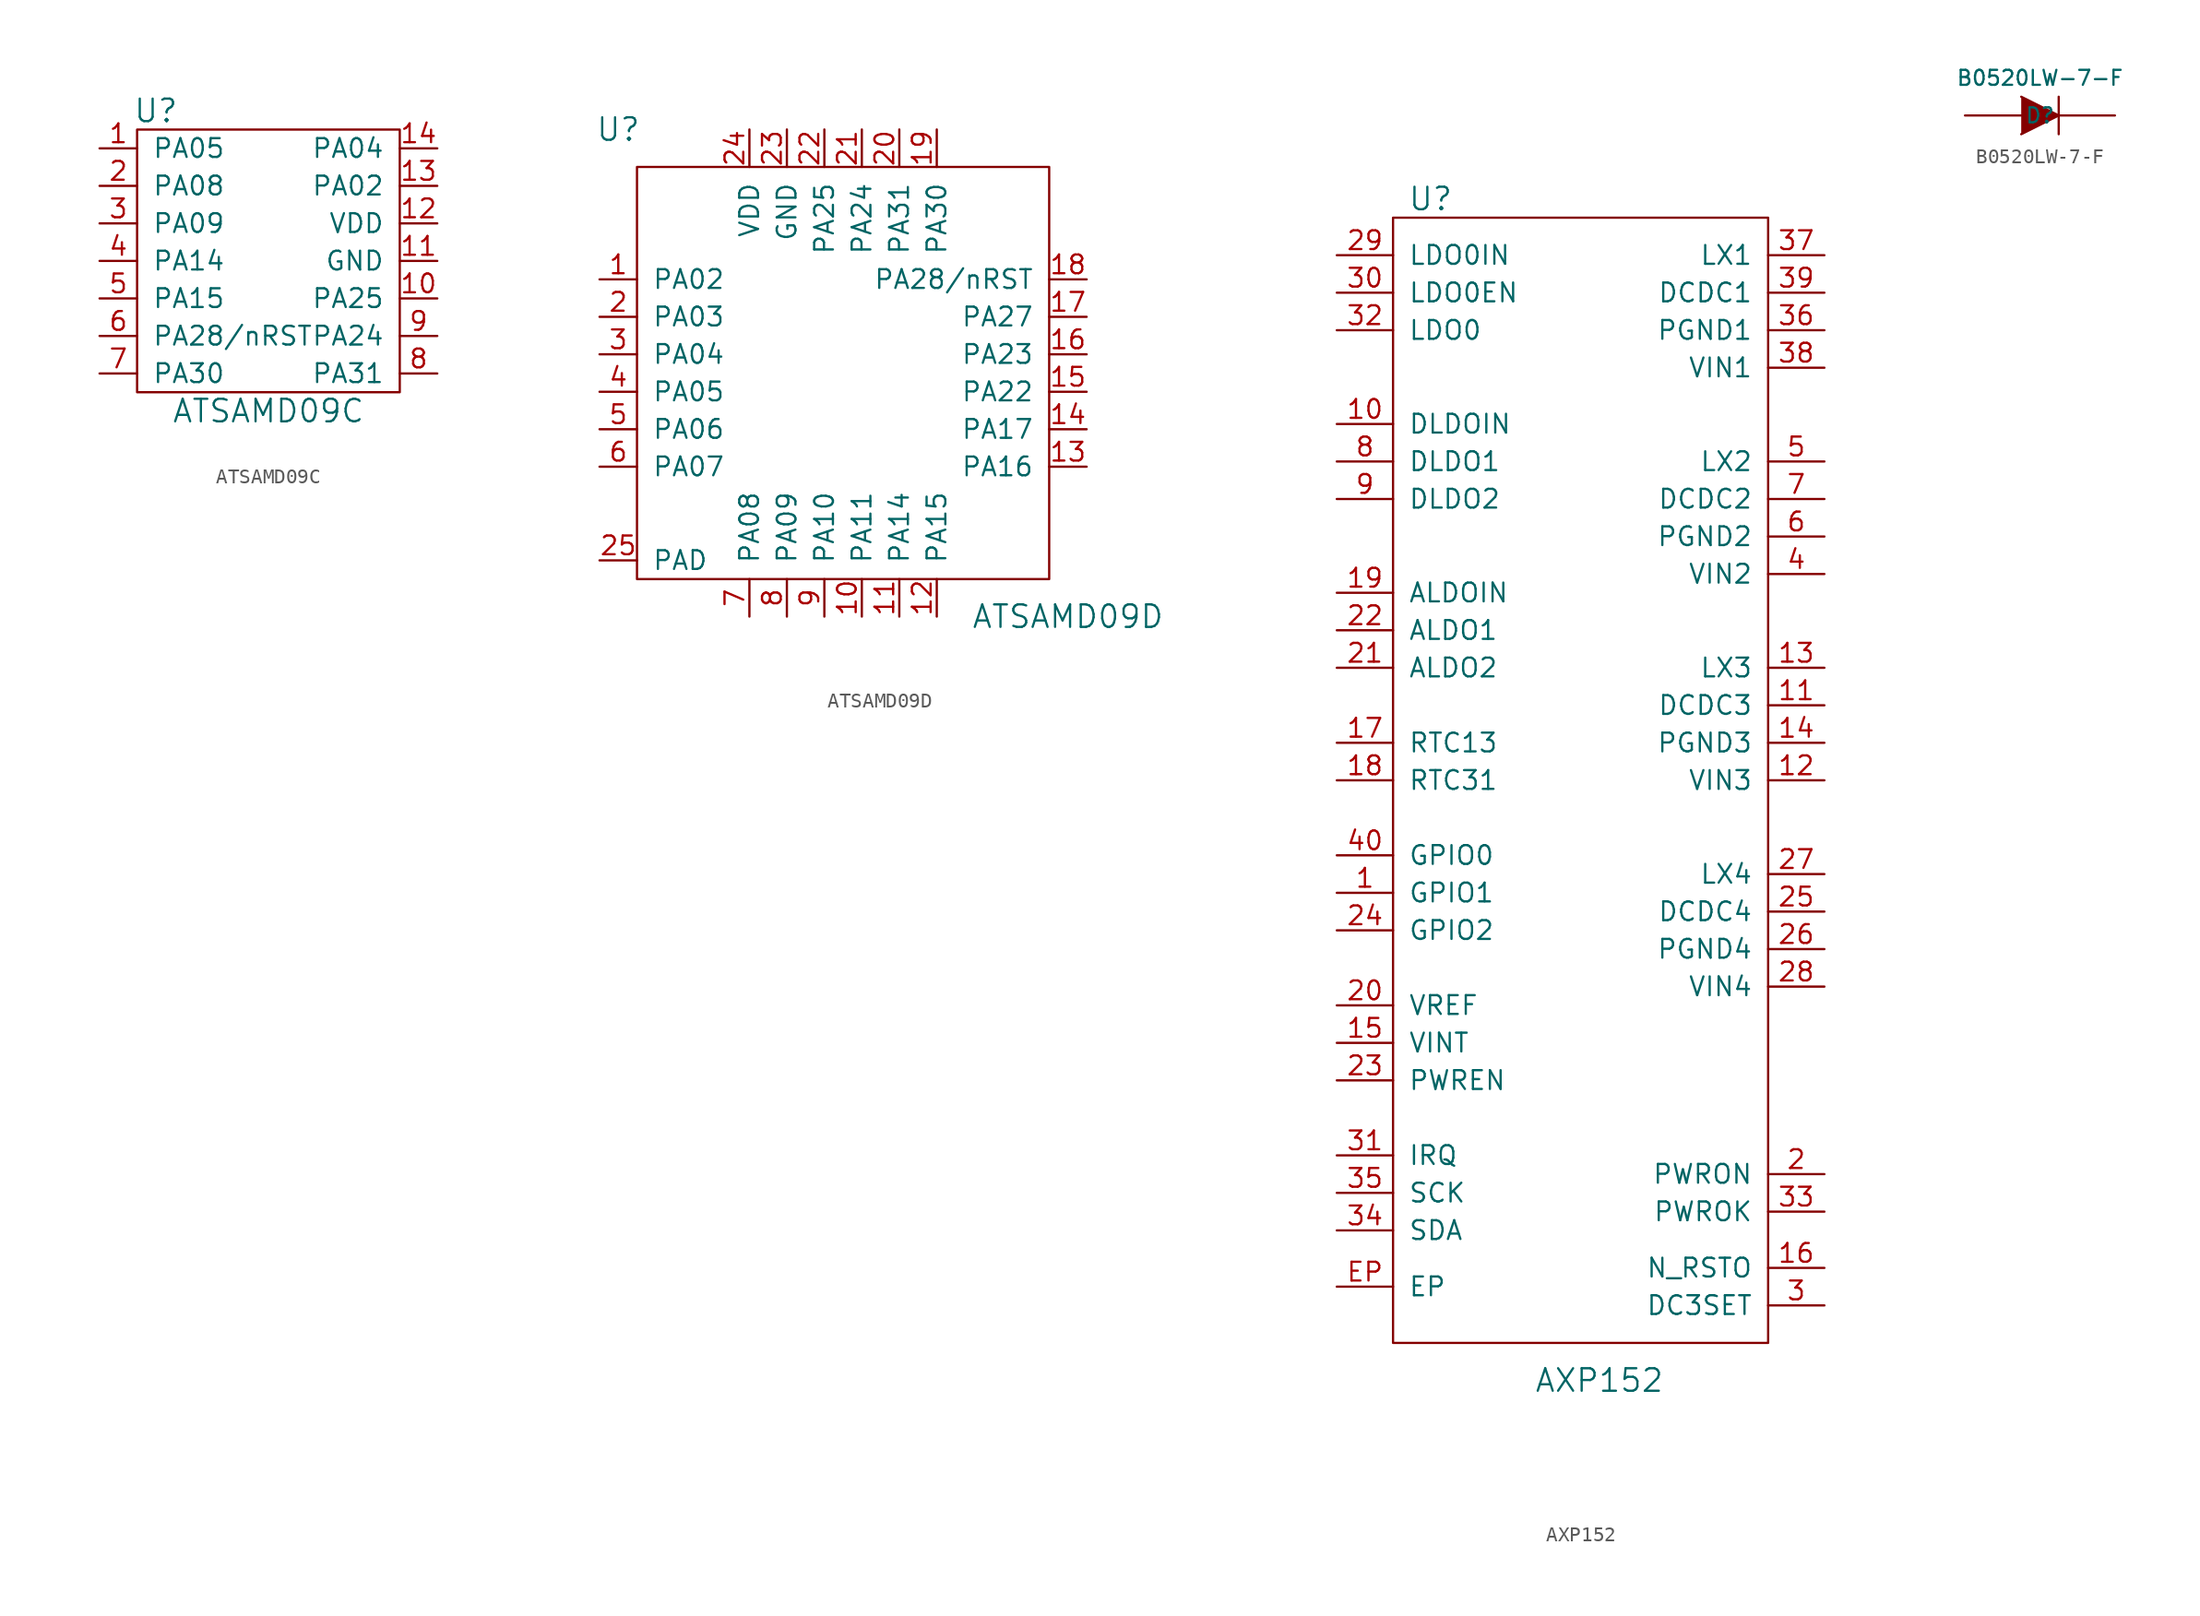
<source format=kicad_sym>
(kicad_symbol_lib
  (version 20210619)
  (generator kicad_symbol_editor)
  (symbol "tinkerforge:ATSAMD09C"
    (pin_names
      (offset 1.016))
    (property "Reference" "U"
      (at -7.62 8.89 0)
      (effects (font (size 1.524 1.524))))
    (property "Value" "ATSAMD09C"
      (at 0 -11.43 0)
      (effects (font (size 1.524 1.524))))
    (property "Footprint" ""
      (at 2.54 0 0)
      (effects (font (size 1.524 1.524))))
    (property "Datasheet" ""
      (at 2.54 0 0)
      (effects (font (size 1.524 1.524))))
    (symbol "ATSAMD09C_0_1"
      (rectangle (start -8.89 7.62) (end 8.89 -10.16) (stroke (width 0)) (fill (type none))))
    (symbol "ATSAMD09C_1_1"
      (pin passive line (at -11.43 6.35 0) (length 2.54) (name "PA05" (effects (font (size 1.27 1.27)))) (number "1" (effects (font (size 1.27 1.27)))))
      (pin passive line (at 11.43 -3.81 180) (length 2.54) (name "PA25" (effects (font (size 1.27 1.27)))) (number "10" (effects (font (size 1.27 1.27)))))
      (pin passive line (at 11.43 -1.27 180) (length 2.54) (name "GND" (effects (font (size 1.27 1.27)))) (number "11" (effects (font (size 1.27 1.27)))))
      (pin passive line (at 11.43 1.27 180) (length 2.54) (name "VDD" (effects (font (size 1.27 1.27)))) (number "12" (effects (font (size 1.27 1.27)))))
      (pin passive line (at 11.43 3.81 180) (length 2.54) (name "PA02" (effects (font (size 1.27 1.27)))) (number "13" (effects (font (size 1.27 1.27)))))
      (pin passive line (at 11.43 6.35 180) (length 2.54) (name "PA04" (effects (font (size 1.27 1.27)))) (number "14" (effects (font (size 1.27 1.27)))))
      (pin passive line (at -11.43 3.81 0) (length 2.54) (name "PA08" (effects (font (size 1.27 1.27)))) (number "2" (effects (font (size 1.27 1.27)))))
      (pin passive line (at -11.43 1.27 0) (length 2.54) (name "PA09" (effects (font (size 1.27 1.27)))) (number "3" (effects (font (size 1.27 1.27)))))
      (pin passive line (at -11.43 -1.27 0) (length 2.54) (name "PA14" (effects (font (size 1.27 1.27)))) (number "4" (effects (font (size 1.27 1.27)))))
      (pin passive line (at -11.43 -3.81 0) (length 2.54) (name "PA15" (effects (font (size 1.27 1.27)))) (number "5" (effects (font (size 1.27 1.27)))))
      (pin passive line (at -11.43 -6.35 0) (length 2.54) (name "PA28/nRST" (effects (font (size 1.27 1.27)))) (number "6" (effects (font (size 1.27 1.27)))))
      (pin passive line (at -11.43 -8.89 0) (length 2.54) (name "PA30" (effects (font (size 1.27 1.27)))) (number "7" (effects (font (size 1.27 1.27)))))
      (pin passive line (at 11.43 -8.89 180) (length 2.54) (name "PA31" (effects (font (size 1.27 1.27)))) (number "8" (effects (font (size 1.27 1.27)))))
      (pin passive line (at 11.43 -6.35 180) (length 2.54) (name "PA24" (effects (font (size 1.27 1.27)))) (number "9" (effects (font (size 1.27 1.27)))))))
  (symbol "tinkerforge:ATSAMD09D"
    (pin_names
      (offset 1.016))
    (property "Reference" "U"
      (at -15.24 16.51 0)
      (effects (font (size 1.524 1.524))))
    (property "Value" "ATSAMD09D"
      (at 15.24 -16.51 0)
      (effects (font (size 1.524 1.524))))
    (property "Footprint" ""
      (at -2.54 0 0)
      (effects (font (size 1.524 1.524))))
    (property "Datasheet" ""
      (at -2.54 0 0)
      (effects (font (size 1.524 1.524))))
    (symbol "ATSAMD09D_0_1"
      (rectangle (start -13.97 13.97) (end 13.97 -13.97) (stroke (width 0)) (fill (type none))))
    (symbol "ATSAMD09D_1_1"
      (pin passive line (at -16.51 6.35 0) (length 2.54) (name "PA02" (effects (font (size 1.27 1.27)))) (number "1" (effects (font (size 1.27 1.27)))))
      (pin passive line (at 1.27 -16.51 90) (length 2.54) (name "PA11" (effects (font (size 1.27 1.27)))) (number "10" (effects (font (size 1.27 1.27)))))
      (pin passive line (at 3.81 -16.51 90) (length 2.54) (name "PA14" (effects (font (size 1.27 1.27)))) (number "11" (effects (font (size 1.27 1.27)))))
      (pin passive line (at 6.35 -16.51 90) (length 2.54) (name "PA15" (effects (font (size 1.27 1.27)))) (number "12" (effects (font (size 1.27 1.27)))))
      (pin passive line (at 16.51 -6.35 180) (length 2.54) (name "PA16" (effects (font (size 1.27 1.27)))) (number "13" (effects (font (size 1.27 1.27)))))
      (pin passive line (at 16.51 -3.81 180) (length 2.54) (name "PA17" (effects (font (size 1.27 1.27)))) (number "14" (effects (font (size 1.27 1.27)))))
      (pin passive line (at 16.51 -1.27 180) (length 2.54) (name "PA22" (effects (font (size 1.27 1.27)))) (number "15" (effects (font (size 1.27 1.27)))))
      (pin passive line (at 16.51 1.27 180) (length 2.54) (name "PA23" (effects (font (size 1.27 1.27)))) (number "16" (effects (font (size 1.27 1.27)))))
      (pin passive line (at 16.51 3.81 180) (length 2.54) (name "PA27" (effects (font (size 1.27 1.27)))) (number "17" (effects (font (size 1.27 1.27)))))
      (pin passive line (at 16.51 6.35 180) (length 2.54) (name "PA28/nRST" (effects (font (size 1.27 1.27)))) (number "18" (effects (font (size 1.27 1.27)))))
      (pin passive line (at 6.35 16.51 270) (length 2.54) (name "PA30" (effects (font (size 1.27 1.27)))) (number "19" (effects (font (size 1.27 1.27)))))
      (pin passive line (at -16.51 3.81 0) (length 2.54) (name "PA03" (effects (font (size 1.27 1.27)))) (number "2" (effects (font (size 1.27 1.27)))))
      (pin passive line (at 3.81 16.51 270) (length 2.54) (name "PA31" (effects (font (size 1.27 1.27)))) (number "20" (effects (font (size 1.27 1.27)))))
      (pin passive line (at 1.27 16.51 270) (length 2.54) (name "PA24" (effects (font (size 1.27 1.27)))) (number "21" (effects (font (size 1.27 1.27)))))
      (pin passive line (at -1.27 16.51 270) (length 2.54) (name "PA25" (effects (font (size 1.27 1.27)))) (number "22" (effects (font (size 1.27 1.27)))))
      (pin passive line (at -3.81 16.51 270) (length 2.54) (name "GND" (effects (font (size 1.27 1.27)))) (number "23" (effects (font (size 1.27 1.27)))))
      (pin passive line (at -6.35 16.51 270) (length 2.54) (name "VDD" (effects (font (size 1.27 1.27)))) (number "24" (effects (font (size 1.27 1.27)))))
      (pin passive line (at -16.51 -12.7 0) (length 2.54) (name "PAD" (effects (font (size 1.27 1.27)))) (number "25" (effects (font (size 1.27 1.27)))))
      (pin passive line (at -16.51 1.27 0) (length 2.54) (name "PA04" (effects (font (size 1.27 1.27)))) (number "3" (effects (font (size 1.27 1.27)))))
      (pin passive line (at -16.51 -1.27 0) (length 2.54) (name "PA05" (effects (font (size 1.27 1.27)))) (number "4" (effects (font (size 1.27 1.27)))))
      (pin passive line (at -16.51 -3.81 0) (length 2.54) (name "PA06" (effects (font (size 1.27 1.27)))) (number "5" (effects (font (size 1.27 1.27)))))
      (pin passive line (at -16.51 -6.35 0) (length 2.54) (name "PA07" (effects (font (size 1.27 1.27)))) (number "6" (effects (font (size 1.27 1.27)))))
      (pin passive line (at -6.35 -16.51 90) (length 2.54) (name "PA08" (effects (font (size 1.27 1.27)))) (number "7" (effects (font (size 1.27 1.27)))))
      (pin passive line (at -3.81 -16.51 90) (length 2.54) (name "PA09" (effects (font (size 1.27 1.27)))) (number "8" (effects (font (size 1.27 1.27)))))
      (pin passive line (at -1.27 -16.51 90) (length 2.54) (name "PA10" (effects (font (size 1.27 1.27)))) (number "9" (effects (font (size 1.27 1.27)))))))
  (symbol "tinkerforge:AXP152"
    (pin_names
      (offset 1.016))
    (property "Reference" "U"
      (at -10.16 39.37 0)
      (effects (font (size 1.524 1.524))))
    (property "Value" "AXP152"
      (at 1.27 -40.64 0)
      (effects (font (size 1.524 1.524))))
    (property "Footprint" ""
      (at 1.27 25.4 0)
      (effects (font (size 1.524 1.524))))
    (property "Datasheet" ""
      (at 1.27 25.4 0)
      (effects (font (size 1.524 1.524))))
    (symbol "AXP152_0_1"
      (rectangle (start -12.7 38.1) (end 12.7 -38.1) (stroke (width 0)) (fill (type none))))
    (symbol "AXP152_1_1"
      (pin passive line (at -16.51 -7.62 0) (length 3.81) (name "GPIO1" (effects (font (size 1.27 1.27)))) (number "1" (effects (font (size 1.27 1.27)))))
      (pin passive line (at -16.51 24.13 0) (length 3.81) (name "DLDOIN" (effects (font (size 1.27 1.27)))) (number "10" (effects (font (size 1.27 1.27)))))
      (pin power_out line (at 16.51 5.08 180) (length 3.81) (name "DCDC3" (effects (font (size 1.27 1.27)))) (number "11" (effects (font (size 1.27 1.27)))))
      (pin passive line (at 16.51 0 180) (length 3.81) (name "VIN3" (effects (font (size 1.27 1.27)))) (number "12" (effects (font (size 1.27 1.27)))))
      (pin passive line (at 16.51 7.62 180) (length 3.81) (name "LX3" (effects (font (size 1.27 1.27)))) (number "13" (effects (font (size 1.27 1.27)))))
      (pin passive line (at 16.51 2.54 180) (length 3.81) (name "PGND3" (effects (font (size 1.27 1.27)))) (number "14" (effects (font (size 1.27 1.27)))))
      (pin passive line (at -16.51 -17.78 0) (length 3.81) (name "VINT" (effects (font (size 1.27 1.27)))) (number "15" (effects (font (size 1.27 1.27)))))
      (pin passive line (at 16.51 -33.02 180) (length 3.81) (name "N_RSTO" (effects (font (size 1.27 1.27)))) (number "16" (effects (font (size 1.27 1.27)))))
      (pin passive line (at -16.51 2.54 0) (length 3.81) (name "RTC13" (effects (font (size 1.27 1.27)))) (number "17" (effects (font (size 1.27 1.27)))))
      (pin passive line (at -16.51 0 0) (length 3.81) (name "RTC31" (effects (font (size 1.27 1.27)))) (number "18" (effects (font (size 1.27 1.27)))))
      (pin passive line (at -16.51 12.7 0) (length 3.81) (name "ALDOIN" (effects (font (size 1.27 1.27)))) (number "19" (effects (font (size 1.27 1.27)))))
      (pin passive line (at 16.51 -26.67 180) (length 3.81) (name "PWRON" (effects (font (size 1.27 1.27)))) (number "2" (effects (font (size 1.27 1.27)))))
      (pin passive line (at -16.51 -15.24 0) (length 3.81) (name "VREF" (effects (font (size 1.27 1.27)))) (number "20" (effects (font (size 1.27 1.27)))))
      (pin power_out line (at -16.51 7.62 0) (length 3.81) (name "ALDO2" (effects (font (size 1.27 1.27)))) (number "21" (effects (font (size 1.27 1.27)))))
      (pin power_out line (at -16.51 10.16 0) (length 3.81) (name "ALDO1" (effects (font (size 1.27 1.27)))) (number "22" (effects (font (size 1.27 1.27)))))
      (pin passive line (at -16.51 -20.32 0) (length 3.81) (name "PWREN" (effects (font (size 1.27 1.27)))) (number "23" (effects (font (size 1.27 1.27)))))
      (pin passive line (at -16.51 -10.16 0) (length 3.81) (name "GPIO2" (effects (font (size 1.27 1.27)))) (number "24" (effects (font (size 1.27 1.27)))))
      (pin power_out line (at 16.51 -8.89 180) (length 3.81) (name "DCDC4" (effects (font (size 1.27 1.27)))) (number "25" (effects (font (size 1.27 1.27)))))
      (pin passive line (at 16.51 -11.43 180) (length 3.81) (name "PGND4" (effects (font (size 1.27 1.27)))) (number "26" (effects (font (size 1.27 1.27)))))
      (pin passive line (at 16.51 -6.35 180) (length 3.81) (name "LX4" (effects (font (size 1.27 1.27)))) (number "27" (effects (font (size 1.27 1.27)))))
      (pin passive line (at 16.51 -13.97 180) (length 3.81) (name "VIN4" (effects (font (size 1.27 1.27)))) (number "28" (effects (font (size 1.27 1.27)))))
      (pin passive line (at -16.51 35.56 0) (length 3.81) (name "LDO0IN" (effects (font (size 1.27 1.27)))) (number "29" (effects (font (size 1.27 1.27)))))
      (pin passive line (at 16.51 -35.56 180) (length 3.81) (name "DC3SET" (effects (font (size 1.27 1.27)))) (number "3" (effects (font (size 1.27 1.27)))))
      (pin passive line (at -16.51 33.02 0) (length 3.81) (name "LDO0EN" (effects (font (size 1.27 1.27)))) (number "30" (effects (font (size 1.27 1.27)))))
      (pin passive line (at -16.51 -25.4 0) (length 3.81) (name "IRQ" (effects (font (size 1.27 1.27)))) (number "31" (effects (font (size 1.27 1.27)))))
      (pin power_out line (at -16.51 30.48 0) (length 3.81) (name "LDO0" (effects (font (size 1.27 1.27)))) (number "32" (effects (font (size 1.27 1.27)))))
      (pin passive line (at 16.51 -29.21 180) (length 3.81) (name "PWROK" (effects (font (size 1.27 1.27)))) (number "33" (effects (font (size 1.27 1.27)))))
      (pin passive line (at -16.51 -30.48 0) (length 3.81) (name "SDA" (effects (font (size 1.27 1.27)))) (number "34" (effects (font (size 1.27 1.27)))))
      (pin passive line (at -16.51 -27.94 0) (length 3.81) (name "SCK" (effects (font (size 1.27 1.27)))) (number "35" (effects (font (size 1.27 1.27)))))
      (pin passive line (at 16.51 30.48 180) (length 3.81) (name "PGND1" (effects (font (size 1.27 1.27)))) (number "36" (effects (font (size 1.27 1.27)))))
      (pin passive line (at 16.51 35.56 180) (length 3.81) (name "LX1" (effects (font (size 1.27 1.27)))) (number "37" (effects (font (size 1.27 1.27)))))
      (pin passive line (at 16.51 27.94 180) (length 3.81) (name "VIN1" (effects (font (size 1.27 1.27)))) (number "38" (effects (font (size 1.27 1.27)))))
      (pin power_out line (at 16.51 33.02 180) (length 3.81) (name "DCDC1" (effects (font (size 1.27 1.27)))) (number "39" (effects (font (size 1.27 1.27)))))
      (pin passive line (at 16.51 13.97 180) (length 3.81) (name "VIN2" (effects (font (size 1.27 1.27)))) (number "4" (effects (font (size 1.27 1.27)))))
      (pin passive line (at -16.51 -5.08 0) (length 3.81) (name "GPIO0" (effects (font (size 1.27 1.27)))) (number "40" (effects (font (size 1.27 1.27)))))
      (pin passive line (at 16.51 21.59 180) (length 3.81) (name "LX2" (effects (font (size 1.27 1.27)))) (number "5" (effects (font (size 1.27 1.27)))))
      (pin passive line (at 16.51 16.51 180) (length 3.81) (name "PGND2" (effects (font (size 1.27 1.27)))) (number "6" (effects (font (size 1.27 1.27)))))
      (pin power_out line (at 16.51 19.05 180) (length 3.81) (name "DCDC2" (effects (font (size 1.27 1.27)))) (number "7" (effects (font (size 1.27 1.27)))))
      (pin passive line (at -16.51 21.59 0) (length 3.81) (name "DLDO1" (effects (font (size 1.27 1.27)))) (number "8" (effects (font (size 1.27 1.27)))))
      (pin passive line (at -16.51 19.05 0) (length 3.81) (name "DLDO2" (effects (font (size 1.27 1.27)))) (number "9" (effects (font (size 1.27 1.27)))))
      (pin passive line (at -16.51 -34.29 0) (length 3.81) (name "EP" (effects (font (size 1.27 1.27)))) (number "EP" (effects (font (size 1.27 1.27)))))))
  (symbol "tinkerforge:B0520LW-7-F"
    (pin_numbers hide)
    (pin_names
      (offset 1.016) hide)
    (property "Reference" "D"
      (at 0 0 0)
      (effects (font (size 1.016 1.016))))
    (property "Value" "B0520LW-7-F"
      (at 0 2.54 0)
      (effects (font (size 1.016 1.016))))
    (property "Datasheet" ""
      (at 0 0 0)
      (effects (font (size 1.524 1.524))))
    (symbol "B0520LW-7-F_0_1"
      (polyline (pts (xy 1.27 1.27) (xy 1.27 -1.27)) (stroke (width 0.152)) (fill (type none)))
      (polyline (pts (xy -1.27 1.27) (xy 1.27 0) (xy -1.27 -1.27)) (stroke (width 0)) (fill (type outline))))
    (symbol "B0520LW-7-F_1_1"
      (pin passive line (at -5.08 0 0) (length 3.81) (name "A" (effects (font (size 1.016 1.016)))) (number "1" (effects (font (size 1.016 1.016)))))
      (pin passive line (at 5.08 0 180) (length 3.81) (name "K" (effects (font (size 1.016 1.016)))) (number "2" (effects (font (size 1.016 1.016))))))))
</source>
